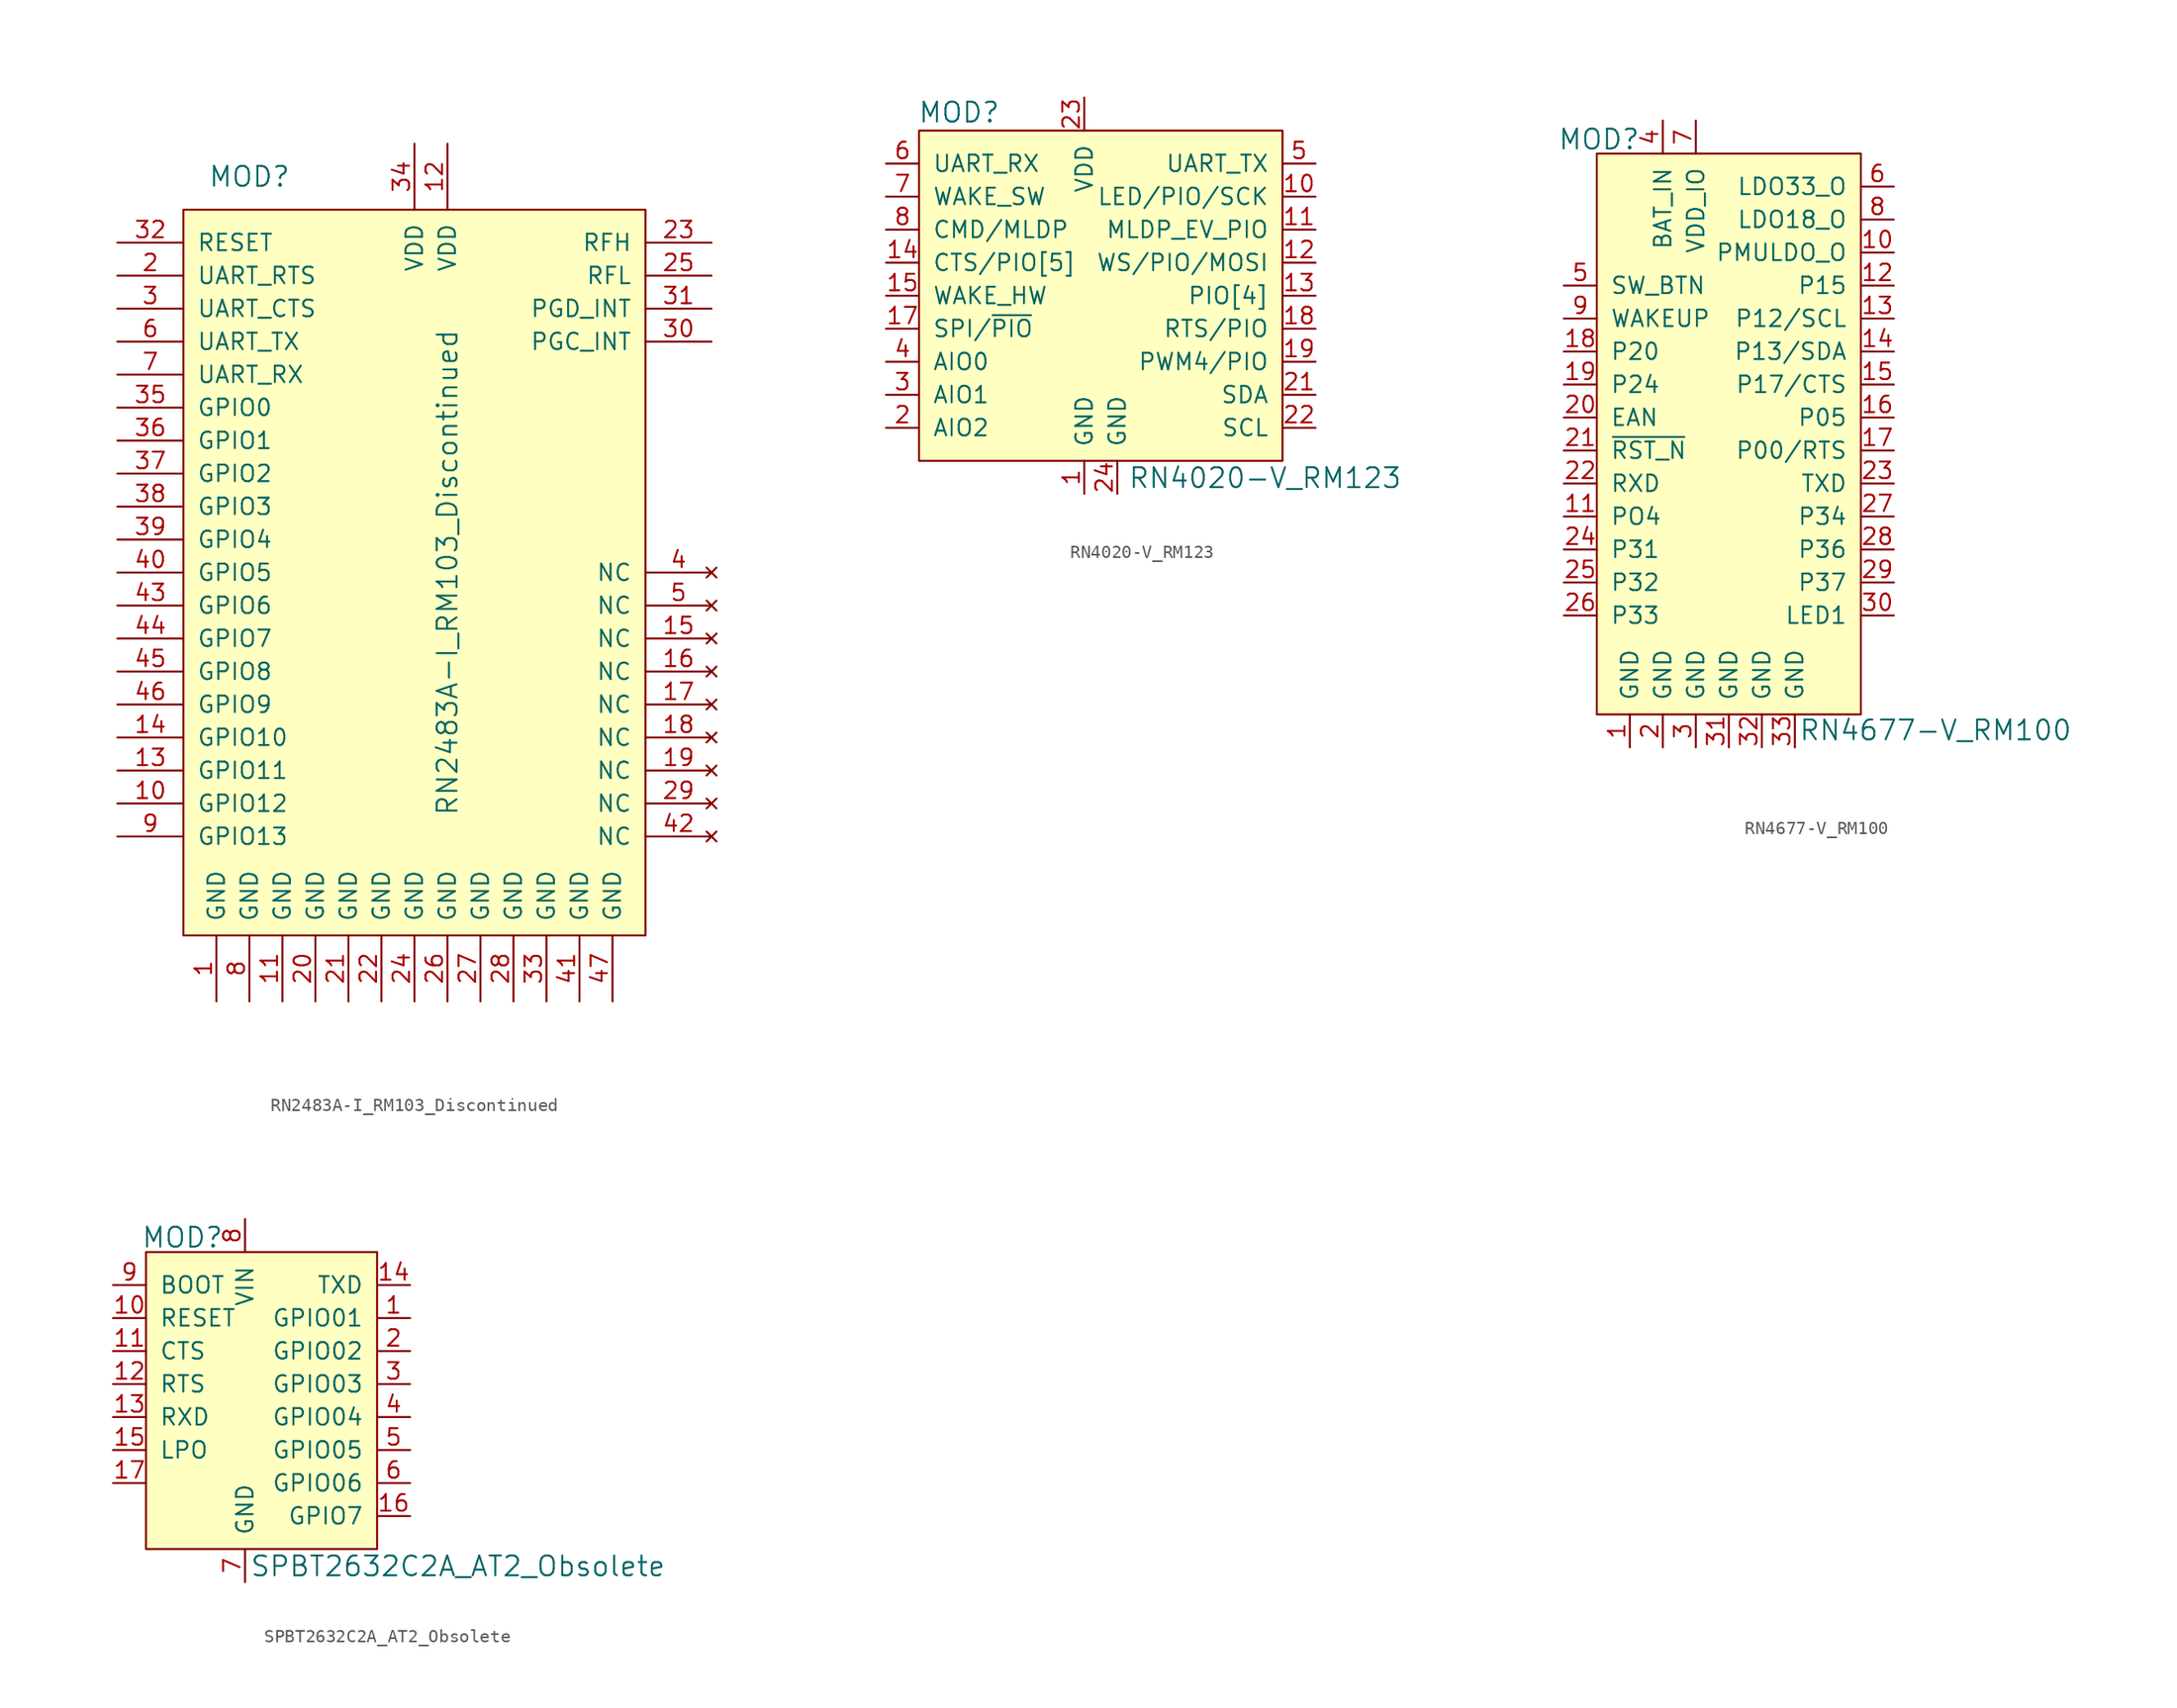
<source format=kicad_sym>
(kicad_symbol_lib
  (version 20220914)
  (generator kicad_symbol_editor)
  (symbol "RN2483A-I_RM103_Discontinued"
    (pin_names
      (offset 1.016))
    (property "Reference" "MOD"
      (at -12.7 27.94 0)
      (effects (font (size 1.524 1.524))))
    (property "Value" "RN2483A-I_RM103_Discontinued"
      (at 2.54 -2.54 90)
      (effects (font (size 1.524 1.524))))
    (symbol "RN2483A-I_RM103_Discontinued_0_1"
      (rectangle (start -17.78 25.4) (end 17.78 -30.48) (stroke (width 0) (type solid)) (fill (type background))))
    (symbol "RN2483A-I_RM103_Discontinued_1_1"
      (pin power_in line (at -15.24 -35.56 90) (length 5.08) (name "GND" (effects (font (size 1.27 1.27)))) (number "1" (effects (font (size 1.27 1.27)))))
      (pin bidirectional line (at -22.86 -20.32 0) (length 5.08) (name "GPIO12" (effects (font (size 1.27 1.27)))) (number "10" (effects (font (size 1.27 1.27)))))
      (pin power_in line (at -10.16 -35.56 90) (length 5.08) (name "GND" (effects (font (size 1.27 1.27)))) (number "11" (effects (font (size 1.27 1.27)))))
      (pin power_in line (at 2.54 30.48 270) (length 5.08) (name "VDD" (effects (font (size 1.27 1.27)))) (number "12" (effects (font (size 1.27 1.27)))))
      (pin bidirectional line (at -22.86 -17.78 0) (length 5.08) (name "GPIO11" (effects (font (size 1.27 1.27)))) (number "13" (effects (font (size 1.27 1.27)))))
      (pin bidirectional line (at -22.86 -15.24 0) (length 5.08) (name "GPIO10" (effects (font (size 1.27 1.27)))) (number "14" (effects (font (size 1.27 1.27)))))
      (pin no_connect line (at 22.86 -7.62 180) (length 5.08) (name "NC" (effects (font (size 1.27 1.27)))) (number "15" (effects (font (size 1.27 1.27)))))
      (pin no_connect line (at 22.86 -10.16 180) (length 5.08) (name "NC" (effects (font (size 1.27 1.27)))) (number "16" (effects (font (size 1.27 1.27)))))
      (pin no_connect line (at 22.86 -12.7 180) (length 5.08) (name "NC" (effects (font (size 1.27 1.27)))) (number "17" (effects (font (size 1.27 1.27)))))
      (pin no_connect line (at 22.86 -15.24 180) (length 5.08) (name "NC" (effects (font (size 1.27 1.27)))) (number "18" (effects (font (size 1.27 1.27)))))
      (pin no_connect line (at 22.86 -17.78 180) (length 5.08) (name "NC" (effects (font (size 1.27 1.27)))) (number "19" (effects (font (size 1.27 1.27)))))
      (pin output line (at -22.86 20.32 0) (length 5.08) (name "UART_RTS" (effects (font (size 1.27 1.27)))) (number "2" (effects (font (size 1.27 1.27)))))
      (pin power_in line (at -7.62 -35.56 90) (length 5.08) (name "GND" (effects (font (size 1.27 1.27)))) (number "20" (effects (font (size 1.27 1.27)))))
      (pin power_in line (at -5.08 -35.56 90) (length 5.08) (name "GND" (effects (font (size 1.27 1.27)))) (number "21" (effects (font (size 1.27 1.27)))))
      (pin power_in line (at -2.54 -35.56 90) (length 5.08) (name "GND" (effects (font (size 1.27 1.27)))) (number "22" (effects (font (size 1.27 1.27)))))
      (pin output line (at 22.86 22.86 180) (length 5.08) (name "RFH" (effects (font (size 1.27 1.27)))) (number "23" (effects (font (size 1.27 1.27)))))
      (pin power_in line (at 0 -35.56 90) (length 5.08) (name "GND" (effects (font (size 1.27 1.27)))) (number "24" (effects (font (size 1.27 1.27)))))
      (pin output line (at 22.86 20.32 180) (length 5.08) (name "RFL" (effects (font (size 1.27 1.27)))) (number "25" (effects (font (size 1.27 1.27)))))
      (pin power_in line (at 2.54 -35.56 90) (length 5.08) (name "GND" (effects (font (size 1.27 1.27)))) (number "26" (effects (font (size 1.27 1.27)))))
      (pin power_in line (at 5.08 -35.56 90) (length 5.08) (name "GND" (effects (font (size 1.27 1.27)))) (number "27" (effects (font (size 1.27 1.27)))))
      (pin power_in line (at 7.62 -35.56 90) (length 5.08) (name "GND" (effects (font (size 1.27 1.27)))) (number "28" (effects (font (size 1.27 1.27)))))
      (pin no_connect line (at 22.86 -20.32 180) (length 5.08) (name "NC" (effects (font (size 1.27 1.27)))) (number "29" (effects (font (size 1.27 1.27)))))
      (pin input line (at -22.86 17.78 0) (length 5.08) (name "UART_CTS" (effects (font (size 1.27 1.27)))) (number "3" (effects (font (size 1.27 1.27)))))
      (pin bidirectional line (at 22.86 15.24 180) (length 5.08) (name "PGC_INT" (effects (font (size 1.27 1.27)))) (number "30" (effects (font (size 1.27 1.27)))))
      (pin bidirectional line (at 22.86 17.78 180) (length 5.08) (name "PGD_INT" (effects (font (size 1.27 1.27)))) (number "31" (effects (font (size 1.27 1.27)))))
      (pin input line (at -22.86 22.86 0) (length 5.08) (name "RESET" (effects (font (size 1.27 1.27)))) (number "32" (effects (font (size 1.27 1.27)))))
      (pin power_in line (at 10.16 -35.56 90) (length 5.08) (name "GND" (effects (font (size 1.27 1.27)))) (number "33" (effects (font (size 1.27 1.27)))))
      (pin power_in line (at 0 30.48 270) (length 5.08) (name "VDD" (effects (font (size 1.27 1.27)))) (number "34" (effects (font (size 1.27 1.27)))))
      (pin bidirectional line (at -22.86 10.16 0) (length 5.08) (name "GPIO0" (effects (font (size 1.27 1.27)))) (number "35" (effects (font (size 1.27 1.27)))))
      (pin bidirectional line (at -22.86 7.62 0) (length 5.08) (name "GPIO1" (effects (font (size 1.27 1.27)))) (number "36" (effects (font (size 1.27 1.27)))))
      (pin bidirectional line (at -22.86 5.08 0) (length 5.08) (name "GPIO2" (effects (font (size 1.27 1.27)))) (number "37" (effects (font (size 1.27 1.27)))))
      (pin bidirectional line (at -22.86 2.54 0) (length 5.08) (name "GPIO3" (effects (font (size 1.27 1.27)))) (number "38" (effects (font (size 1.27 1.27)))))
      (pin bidirectional line (at -22.86 0 0) (length 5.08) (name "GPIO4" (effects (font (size 1.27 1.27)))) (number "39" (effects (font (size 1.27 1.27)))))
      (pin no_connect line (at 22.86 -2.54 180) (length 5.08) (name "NC" (effects (font (size 1.27 1.27)))) (number "4" (effects (font (size 1.27 1.27)))))
      (pin bidirectional line (at -22.86 -2.54 0) (length 5.08) (name "GPIO5" (effects (font (size 1.27 1.27)))) (number "40" (effects (font (size 1.27 1.27)))))
      (pin power_in line (at 12.7 -35.56 90) (length 5.08) (name "GND" (effects (font (size 1.27 1.27)))) (number "41" (effects (font (size 1.27 1.27)))))
      (pin no_connect line (at 22.86 -22.86 180) (length 5.08) (name "NC" (effects (font (size 1.27 1.27)))) (number "42" (effects (font (size 1.27 1.27)))))
      (pin bidirectional line (at -22.86 -5.08 0) (length 5.08) (name "GPIO6" (effects (font (size 1.27 1.27)))) (number "43" (effects (font (size 1.27 1.27)))))
      (pin bidirectional line (at -22.86 -7.62 0) (length 5.08) (name "GPIO7" (effects (font (size 1.27 1.27)))) (number "44" (effects (font (size 1.27 1.27)))))
      (pin bidirectional line (at -22.86 -10.16 0) (length 5.08) (name "GPIO8" (effects (font (size 1.27 1.27)))) (number "45" (effects (font (size 1.27 1.27)))))
      (pin bidirectional line (at -22.86 -12.7 0) (length 5.08) (name "GPIO9" (effects (font (size 1.27 1.27)))) (number "46" (effects (font (size 1.27 1.27)))))
      (pin power_in line (at 15.24 -35.56 90) (length 5.08) (name "GND" (effects (font (size 1.27 1.27)))) (number "47" (effects (font (size 1.27 1.27)))))
      (pin no_connect line (at 22.86 -5.08 180) (length 5.08) (name "NC" (effects (font (size 1.27 1.27)))) (number "5" (effects (font (size 1.27 1.27)))))
      (pin output line (at -22.86 15.24 0) (length 5.08) (name "UART_TX" (effects (font (size 1.27 1.27)))) (number "6" (effects (font (size 1.27 1.27)))))
      (pin input line (at -22.86 12.7 0) (length 5.08) (name "UART_RX" (effects (font (size 1.27 1.27)))) (number "7" (effects (font (size 1.27 1.27)))))
      (pin power_in line (at -12.7 -35.56 90) (length 5.08) (name "GND" (effects (font (size 1.27 1.27)))) (number "8" (effects (font (size 1.27 1.27)))))
      (pin bidirectional line (at -22.86 -22.86 0) (length 5.08) (name "GPIO13" (effects (font (size 1.27 1.27)))) (number "9" (effects (font (size 1.27 1.27)))))))
  (symbol "RN4020-V_RM123"
    (pin_names
      (offset 1.016))
    (property "Reference" "MOD"
      (at -12.802 14.097 0)
      (effects (font (size 1.524 1.524)) (justify left)))
    (property "Value" "RN4020-V_RM123"
      (at 3.353 -14.021 0)
      (effects (font (size 1.524 1.524)) (justify left)))
    (symbol "RN4020-V_RM123_0_1"
      (rectangle (start -12.7 12.7) (end 15.24 -12.7) (stroke (width 0) (type solid)) (fill (type background))))
    (symbol "RN4020-V_RM123_1_1"
      (pin power_in line (at 0 -15.24 90) (length 2.54) (name "GND" (effects (font (size 1.27 1.27)))) (number "1" (effects (font (size 1.27 1.27)))))
      (pin output line (at 17.78 7.62 180) (length 2.54) (name "LED/PIO/SCK" (effects (font (size 1.27 1.27)))) (number "10" (effects (font (size 1.27 1.27)))))
      (pin output line (at 17.78 5.08 180) (length 2.54) (name "MLDP_EV_PIO" (effects (font (size 1.27 1.27)))) (number "11" (effects (font (size 1.27 1.27)))))
      (pin output line (at 17.78 2.54 180) (length 2.54) (name "WS/PIO/MOSI" (effects (font (size 1.27 1.27)))) (number "12" (effects (font (size 1.27 1.27)))))
      (pin bidirectional line (at 17.78 0 180) (length 2.54) (name "PIO[4]" (effects (font (size 1.27 1.27)))) (number "13" (effects (font (size 1.27 1.27)))))
      (pin input line (at -15.24 2.54 0) (length 2.54) (name "CTS/PIO[5]" (effects (font (size 1.27 1.27)))) (number "14" (effects (font (size 1.27 1.27)))))
      (pin input line (at -15.24 0 0) (length 2.54) (name "WAKE_HW" (effects (font (size 1.27 1.27)))) (number "15" (effects (font (size 1.27 1.27)))))
      (pin input line (at -15.24 -2.54 0) (length 2.54) (name "SPI/~{PIO}" (effects (font (size 1.27 1.27)))) (number "17" (effects (font (size 1.27 1.27)))))
      (pin output line (at 17.78 -2.54 180) (length 2.54) (name "RTS/PIO" (effects (font (size 1.27 1.27)))) (number "18" (effects (font (size 1.27 1.27)))))
      (pin bidirectional line (at 17.78 -5.08 180) (length 2.54) (name "PWM4/PIO" (effects (font (size 1.27 1.27)))) (number "19" (effects (font (size 1.27 1.27)))))
      (pin bidirectional line (at -15.24 -10.16 0) (length 2.54) (name "AIO2" (effects (font (size 1.27 1.27)))) (number "2" (effects (font (size 1.27 1.27)))))
      (pin no_connect line (at -2.54 -12.7 90) (length 2.54) hide (name "RSVD" (effects (font (size 1.27 1.27)))) (number "20" (effects (font (size 1.27 1.27)))))
      (pin bidirectional line (at 17.78 -7.62 180) (length 2.54) (name "SDA" (effects (font (size 1.27 1.27)))) (number "21" (effects (font (size 1.27 1.27)))))
      (pin bidirectional line (at 17.78 -10.16 180) (length 2.54) (name "SCL" (effects (font (size 1.27 1.27)))) (number "22" (effects (font (size 1.27 1.27)))))
      (pin power_in line (at 0 15.24 270) (length 2.54) (name "VDD" (effects (font (size 1.27 1.27)))) (number "23" (effects (font (size 1.27 1.27)))))
      (pin power_in line (at 2.54 -15.24 90) (length 2.54) (name "GND" (effects (font (size 1.27 1.27)))) (number "24" (effects (font (size 1.27 1.27)))))
      (pin bidirectional line (at -15.24 -7.62 0) (length 2.54) (name "AIO1" (effects (font (size 1.27 1.27)))) (number "3" (effects (font (size 1.27 1.27)))))
      (pin bidirectional line (at -15.24 -5.08 0) (length 2.54) (name "AIO0" (effects (font (size 1.27 1.27)))) (number "4" (effects (font (size 1.27 1.27)))))
      (pin output line (at 17.78 10.16 180) (length 2.54) (name "UART_TX" (effects (font (size 1.27 1.27)))) (number "5" (effects (font (size 1.27 1.27)))))
      (pin input line (at -15.24 10.16 0) (length 2.54) (name "UART_RX" (effects (font (size 1.27 1.27)))) (number "6" (effects (font (size 1.27 1.27)))))
      (pin input line (at -15.24 7.62 0) (length 2.54) (name "WAKE_SW" (effects (font (size 1.27 1.27)))) (number "7" (effects (font (size 1.27 1.27)))))
      (pin input line (at -15.24 5.08 0) (length 2.54) (name "CMD/MLDP" (effects (font (size 1.27 1.27)))) (number "8" (effects (font (size 1.27 1.27)))))))
  (symbol "RN4677-V_RM100"
    (pin_names
      (offset 1.016))
    (property "Reference" "MOD"
      (at -4.267 29.032 0)
      (effects (font (size 1.524 1.524)) (justify right)))
    (property "Value" "RN4677-V_RM100"
      (at 7.899 -16.459 0)
      (effects (font (size 1.524 1.524)) (justify left)))
    (symbol "RN4677-V_RM100_0_1"
      (rectangle (start -7.62 27.94) (end 12.7 -15.24) (stroke (width 0) (type solid)) (fill (type background))))
    (symbol "RN4677-V_RM100_1_1"
      (pin power_in line (at -5.08 -17.78 90) (length 2.54) (name "GND" (effects (font (size 1.27 1.27)))) (number "1" (effects (font (size 1.27 1.27)))))
      (pin power_out line (at 15.24 20.32 180) (length 2.54) (name "PMULDO_O" (effects (font (size 1.27 1.27)))) (number "10" (effects (font (size 1.27 1.27)))))
      (pin output line (at -10.16 0 0) (length 2.54) (name "PO4" (effects (font (size 1.27 1.27)))) (number "11" (effects (font (size 1.27 1.27)))))
      (pin output line (at 15.24 17.78 180) (length 2.54) (name "P15" (effects (font (size 1.27 1.27)))) (number "12" (effects (font (size 1.27 1.27)))))
      (pin output line (at 15.24 15.24 180) (length 2.54) (name "P12/SCL" (effects (font (size 1.27 1.27)))) (number "13" (effects (font (size 1.27 1.27)))))
      (pin bidirectional line (at 15.24 12.7 180) (length 2.54) (name "P13/SDA" (effects (font (size 1.27 1.27)))) (number "14" (effects (font (size 1.27 1.27)))))
      (pin bidirectional line (at 15.24 10.16 180) (length 2.54) (name "P17/CTS" (effects (font (size 1.27 1.27)))) (number "15" (effects (font (size 1.27 1.27)))))
      (pin bidirectional line (at 15.24 7.62 180) (length 2.54) (name "P05" (effects (font (size 1.27 1.27)))) (number "16" (effects (font (size 1.27 1.27)))))
      (pin bidirectional line (at 15.24 5.08 180) (length 2.54) (name "P00/RTS" (effects (font (size 1.27 1.27)))) (number "17" (effects (font (size 1.27 1.27)))))
      (pin input line (at -10.16 12.7 0) (length 2.54) (name "P20" (effects (font (size 1.27 1.27)))) (number "18" (effects (font (size 1.27 1.27)))))
      (pin input line (at -10.16 10.16 0) (length 2.54) (name "P24" (effects (font (size 1.27 1.27)))) (number "19" (effects (font (size 1.27 1.27)))))
      (pin power_in line (at -2.54 -17.78 90) (length 2.54) (name "GND" (effects (font (size 1.27 1.27)))) (number "2" (effects (font (size 1.27 1.27)))))
      (pin input line (at -10.16 7.62 0) (length 2.54) (name "EAN" (effects (font (size 1.27 1.27)))) (number "20" (effects (font (size 1.27 1.27)))))
      (pin input line (at -10.16 5.08 0) (length 2.54) (name "~{RST_N}" (effects (font (size 1.27 1.27)))) (number "21" (effects (font (size 1.27 1.27)))))
      (pin input line (at -10.16 2.54 0) (length 2.54) (name "RXD" (effects (font (size 1.27 1.27)))) (number "22" (effects (font (size 1.27 1.27)))))
      (pin output line (at 15.24 2.54 180) (length 2.54) (name "TXD" (effects (font (size 1.27 1.27)))) (number "23" (effects (font (size 1.27 1.27)))))
      (pin bidirectional line (at -10.16 -2.54 0) (length 2.54) (name "P31" (effects (font (size 1.27 1.27)))) (number "24" (effects (font (size 1.27 1.27)))))
      (pin bidirectional line (at -10.16 -5.08 0) (length 2.54) (name "P32" (effects (font (size 1.27 1.27)))) (number "25" (effects (font (size 1.27 1.27)))))
      (pin bidirectional line (at -10.16 -7.62 0) (length 2.54) (name "P33" (effects (font (size 1.27 1.27)))) (number "26" (effects (font (size 1.27 1.27)))))
      (pin bidirectional line (at 15.24 0 180) (length 2.54) (name "P34" (effects (font (size 1.27 1.27)))) (number "27" (effects (font (size 1.27 1.27)))))
      (pin bidirectional line (at 15.24 -2.54 180) (length 2.54) (name "P36" (effects (font (size 1.27 1.27)))) (number "28" (effects (font (size 1.27 1.27)))))
      (pin bidirectional line (at 15.24 -5.08 180) (length 2.54) (name "P37" (effects (font (size 1.27 1.27)))) (number "29" (effects (font (size 1.27 1.27)))))
      (pin power_in line (at 0 -17.78 90) (length 2.54) (name "GND" (effects (font (size 1.27 1.27)))) (number "3" (effects (font (size 1.27 1.27)))))
      (pin output line (at 15.24 -7.62 180) (length 2.54) (name "LED1" (effects (font (size 1.27 1.27)))) (number "30" (effects (font (size 1.27 1.27)))))
      (pin output line (at 2.54 -17.78 90) (length 2.54) (name "GND" (effects (font (size 1.27 1.27)))) (number "31" (effects (font (size 1.27 1.27)))))
      (pin output line (at 5.08 -17.78 90) (length 2.54) (name "GND" (effects (font (size 1.27 1.27)))) (number "32" (effects (font (size 1.27 1.27)))))
      (pin output line (at 7.62 -17.78 90) (length 2.54) (name "GND" (effects (font (size 1.27 1.27)))) (number "33" (effects (font (size 1.27 1.27)))))
      (pin power_in line (at -2.54 30.48 270) (length 2.54) (name "BAT_IN" (effects (font (size 1.27 1.27)))) (number "4" (effects (font (size 1.27 1.27)))))
      (pin input line (at -10.16 17.78 0) (length 2.54) (name "SW_BTN" (effects (font (size 1.27 1.27)))) (number "5" (effects (font (size 1.27 1.27)))))
      (pin power_out line (at 15.24 25.4 180) (length 2.54) (name "LDO33_O" (effects (font (size 1.27 1.27)))) (number "6" (effects (font (size 1.27 1.27)))))
      (pin power_in line (at 0 30.48 270) (length 2.54) (name "VDD_IO" (effects (font (size 1.27 1.27)))) (number "7" (effects (font (size 1.27 1.27)))))
      (pin power_out line (at 15.24 22.86 180) (length 2.54) (name "LDO18_O" (effects (font (size 1.27 1.27)))) (number "8" (effects (font (size 1.27 1.27)))))
      (pin input line (at -10.16 15.24 0) (length 2.54) (name "WAKEUP" (effects (font (size 1.27 1.27)))) (number "9" (effects (font (size 1.27 1.27)))))))
  (symbol "SPBT2632C2A_AT2_Obsolete"
    (pin_names
      (offset 1.016))
    (property "Reference" "MOD"
      (at -8.001 13.818 0)
      (effects (font (size 1.524 1.524)) (justify left)))
    (property "Value" "SPBT2632C2A_AT2_Obsolete"
      (at 0.356 -11.481 0)
      (effects (font (size 1.524 1.524)) (justify left)))
    (symbol "SPBT2632C2A_AT2_Obsolete_0_1"
      (rectangle (start -7.62 12.7) (end 10.16 -10.16) (stroke (width 0) (type solid)) (fill (type background))))
    (symbol "SPBT2632C2A_AT2_Obsolete_1_1"
      (pin bidirectional line (at 12.7 7.62 180) (length 2.54) (name "GPIO01" (effects (font (size 1.27 1.27)))) (number "1" (effects (font (size 1.27 1.27)))))
      (pin input line (at -10.16 7.62 0) (length 2.54) (name "RESET" (effects (font (size 1.27 1.27)))) (number "10" (effects (font (size 1.27 1.27)))))
      (pin input line (at -10.16 5.08 0) (length 2.54) (name "CTS" (effects (font (size 1.27 1.27)))) (number "11" (effects (font (size 1.27 1.27)))))
      (pin input line (at -10.16 2.54 0) (length 2.54) (name "RTS" (effects (font (size 1.27 1.27)))) (number "12" (effects (font (size 1.27 1.27)))))
      (pin input line (at -10.16 0 0) (length 2.54) (name "RXD" (effects (font (size 1.27 1.27)))) (number "13" (effects (font (size 1.27 1.27)))))
      (pin output line (at 12.7 10.16 180) (length 2.54) (name "TXD" (effects (font (size 1.27 1.27)))) (number "14" (effects (font (size 1.27 1.27)))))
      (pin bidirectional line (at -10.16 -2.54 0) (length 2.54) (name "LPO" (effects (font (size 1.27 1.27)))) (number "15" (effects (font (size 1.27 1.27)))))
      (pin bidirectional line (at 12.7 -7.62 180) (length 2.54) (name "GPIO7" (effects (font (size 1.27 1.27)))) (number "16" (effects (font (size 1.27 1.27)))))
      (pin unspecified line (at -10.16 -5.08 0) (length 2.54) (name "~" (effects (font (size 1.27 1.27)))) (number "17" (effects (font (size 1.27 1.27)))))
      (pin bidirectional line (at 12.7 5.08 180) (length 2.54) (name "GPIO02" (effects (font (size 1.27 1.27)))) (number "2" (effects (font (size 1.27 1.27)))))
      (pin bidirectional line (at 12.7 2.54 180) (length 2.54) (name "GPIO03" (effects (font (size 1.27 1.27)))) (number "3" (effects (font (size 1.27 1.27)))))
      (pin bidirectional line (at 12.7 0 180) (length 2.54) (name "GPIO04" (effects (font (size 1.27 1.27)))) (number "4" (effects (font (size 1.27 1.27)))))
      (pin bidirectional line (at 12.7 -2.54 180) (length 2.54) (name "GPIO05" (effects (font (size 1.27 1.27)))) (number "5" (effects (font (size 1.27 1.27)))))
      (pin bidirectional line (at 12.7 -5.08 180) (length 2.54) (name "GPIO06" (effects (font (size 1.27 1.27)))) (number "6" (effects (font (size 1.27 1.27)))))
      (pin power_in line (at 0 -12.7 90) (length 2.54) (name "GND" (effects (font (size 1.27 1.27)))) (number "7" (effects (font (size 1.27 1.27)))))
      (pin power_in line (at 0 15.24 270) (length 2.54) (name "VIN" (effects (font (size 1.27 1.27)))) (number "8" (effects (font (size 1.27 1.27)))))
      (pin input line (at -10.16 10.16 0) (length 2.54) (name "BOOT" (effects (font (size 1.27 1.27)))) (number "9" (effects (font (size 1.27 1.27))))))))
</source>
